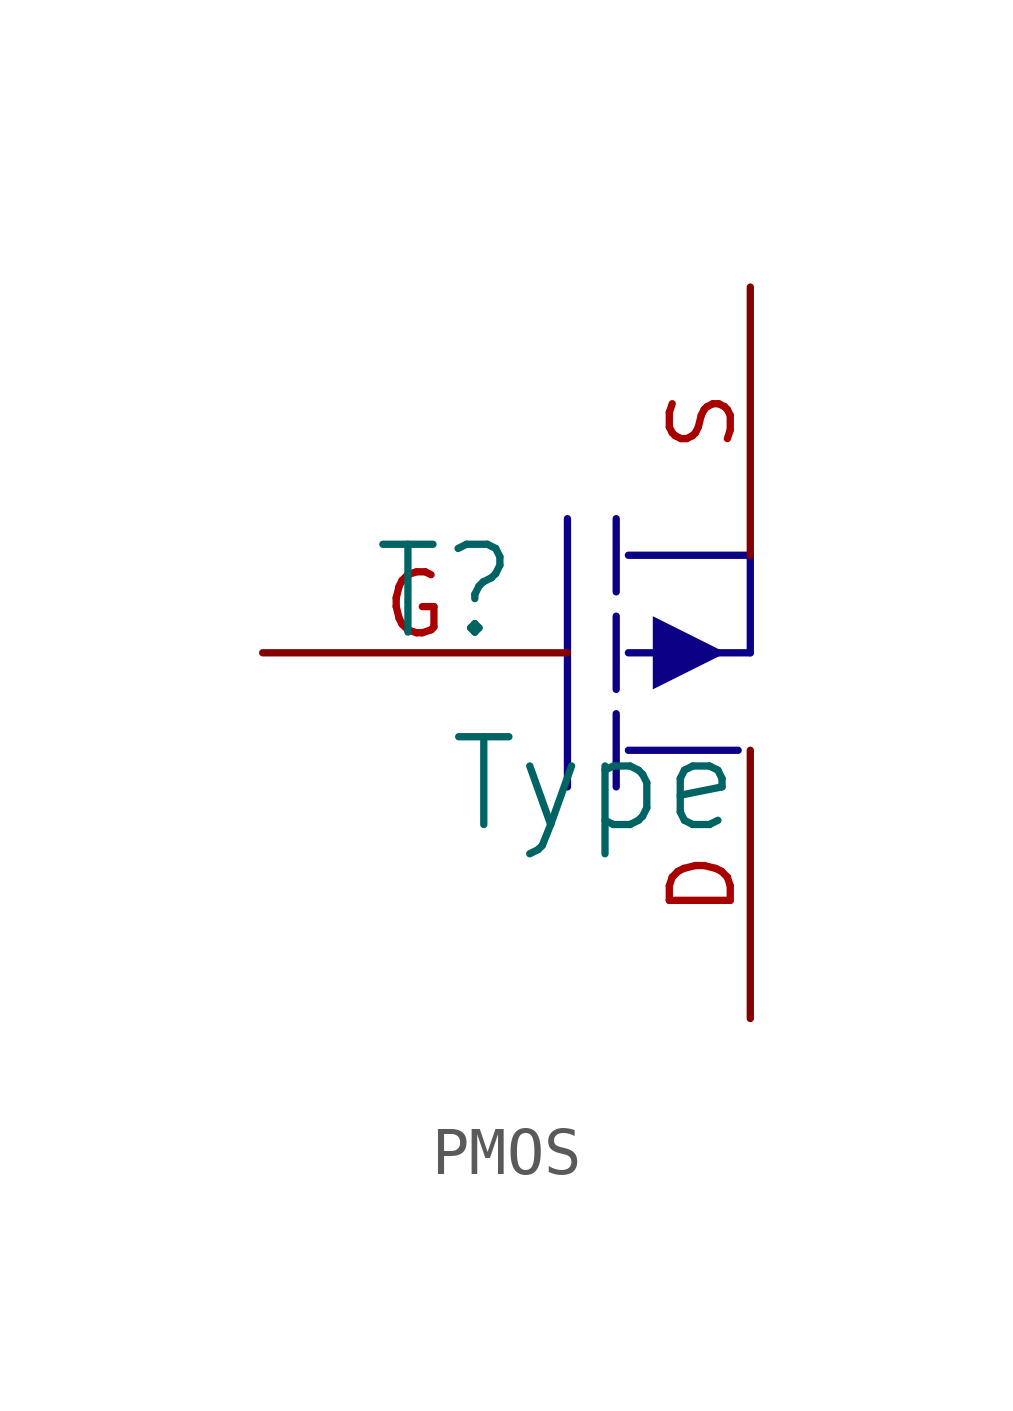
<source format=kicad_sym>
(kicad_symbol_lib
  (version 20241209)
  (generator "kicad_symbol_editor")
  (generator_version "9.0")
  (symbol "PMOS"
    (pin_names
      (hide yes))
    (property "Reference" "T"
      (at -1.27 1.27 0)
      (effects (font (size 1.829 1.829))))
    (property "Value" "Type"
      (at -1.27 -3.81 0)
      (effects (font (size 1.829 1.829)) (justify left bottom)))
    (symbol "PMOS_1_0"
      (polyline (pts (xy 1.27 2.794) (xy 1.27 -2.794)) (stroke (width 0) (type solid) (color 12 0 135 1)) (fill (type none)))
      (polyline (pts (xy 2.286 2.794) (xy 2.286 1.27)) (stroke (width 0) (type solid) (color 12 0 135 1)) (fill (type none)))
      (polyline (pts (xy 2.286 0.762) (xy 2.286 -0.762)) (stroke (width 0) (type solid) (color 12 0 135 1)) (fill (type none)))
      (polyline (pts (xy 2.286 -1.27) (xy 2.286 -2.794)) (stroke (width 0) (type solid) (color 12 0 135 1)) (fill (type none)))
      (polyline (pts (xy 2.54 0) (xy 5.08 0)) (stroke (width 0) (type solid) (color 12 0 135 1)) (fill (type none)))
      (polyline (pts (xy 2.54 -2.032) (xy 4.826 -2.032)) (stroke (width 0) (type solid) (color 12 0 135 1)) (fill (type none)))
      (polyline (pts (xy 3.048 0.762) (xy 3.048 -0.762) (xy 4.572 0) (xy 3.048 0.762)) (stroke (width -0.0001) (type solid) (color 12 0 135 1)) (fill (type outline)))
      (polyline (pts (xy 5.08 2.032) (xy 2.54 2.032)) (stroke (width 0) (type solid) (color 12 0 135 1)) (fill (type none)))
      (polyline (pts (xy 5.08 0) (xy 5.08 2.032)) (stroke (width 0) (type solid) (color 12 0 135 1)) (fill (type none)))
      (pin passive line (at -5.08 0 0) (length 6.35) (name "G" (effects (font (size 1.27 1.27)))) (number "G" (effects (font (size 1.27 1.27)))))
      (pin passive line (at 5.08 7.62 270) (length 5.588) (name "S" (effects (font (size 1.27 1.27)))) (number "S" (effects (font (size 1.27 1.27)))))
      (pin passive line (at 5.08 -7.62 90) (length 5.588) (name "D" (effects (font (size 1.27 1.27)))) (number "D" (effects (font (size 1.27 1.27))))))))
</source>
